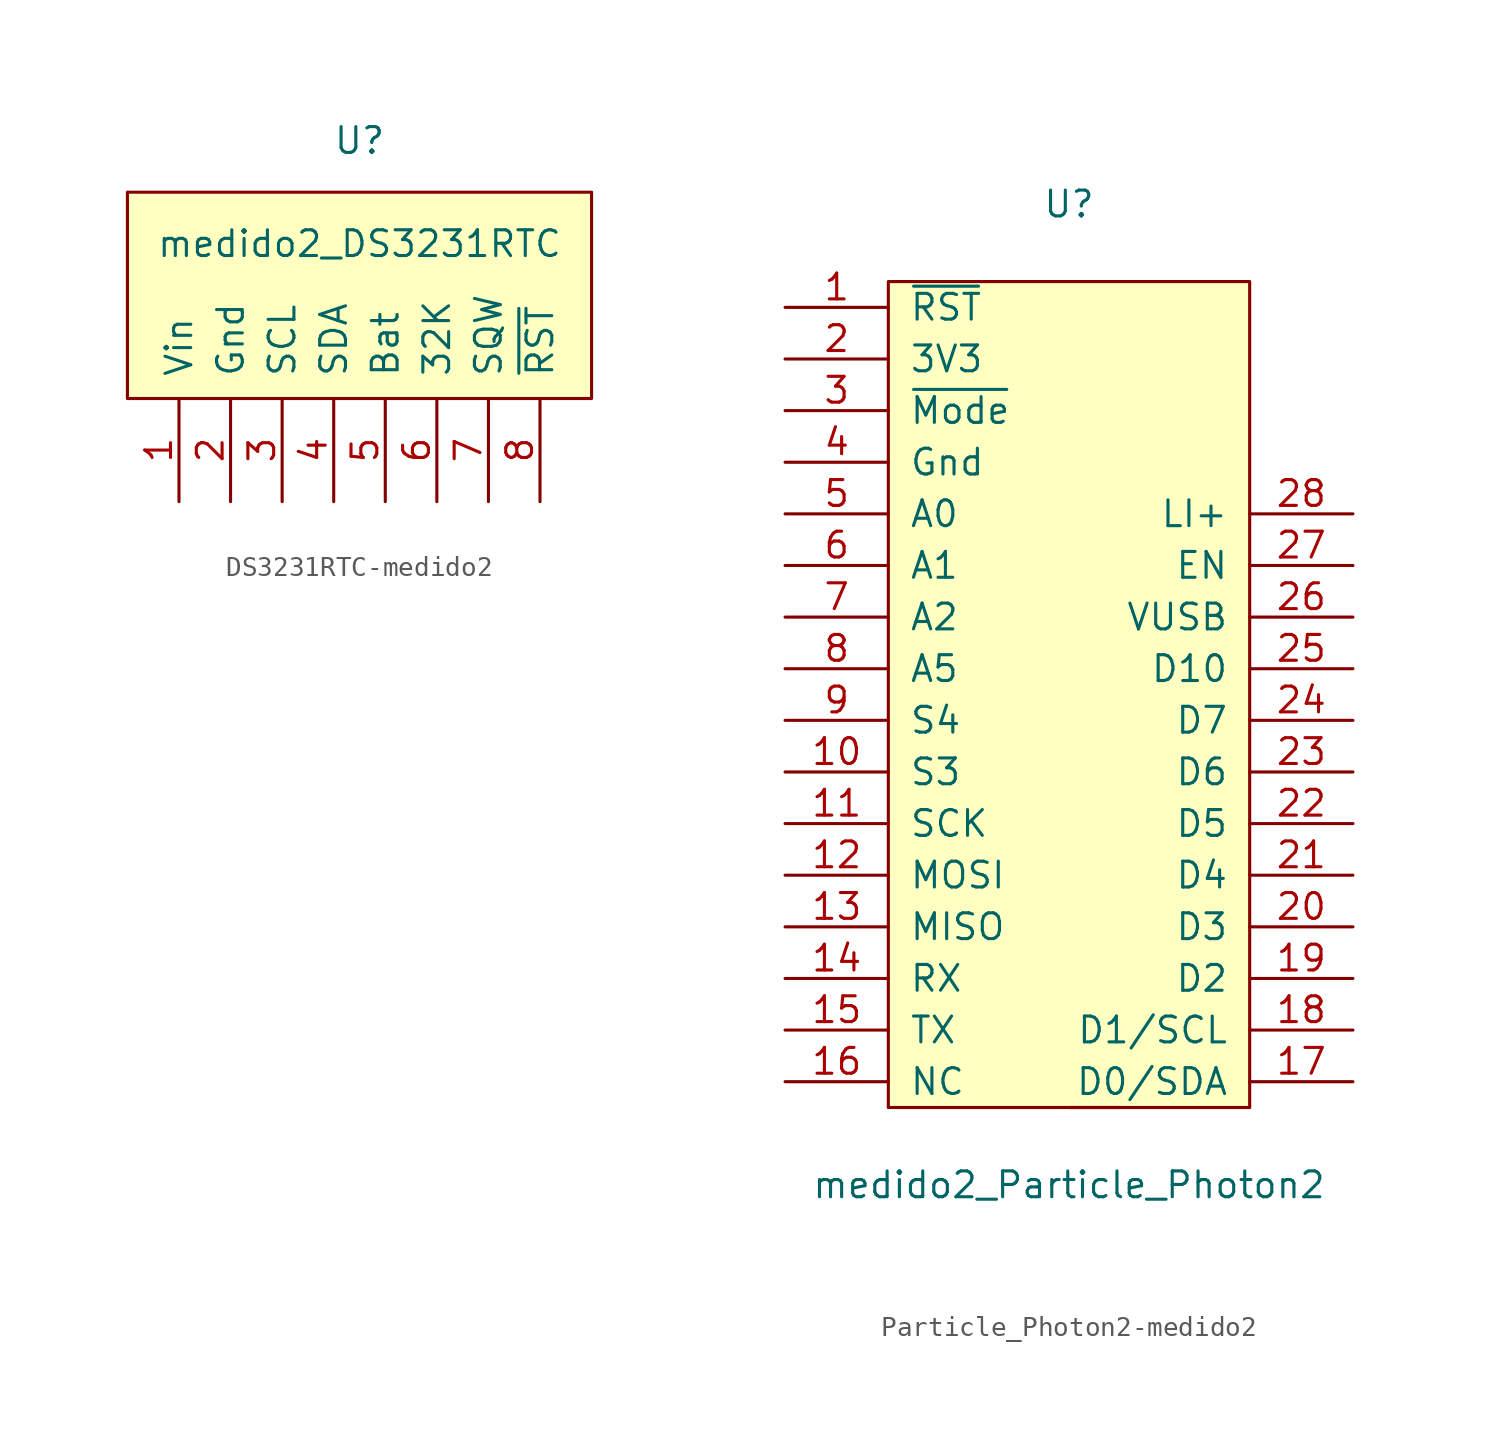
<source format=kicad_sym>
(kicad_symbol_lib
  (version 20220914)
  (generator kicad_symbol_editor)
  (symbol "DS3231RTC-medido2"
    (pin_names
      (offset 1.016))
    (property "Reference" "U"
      (at 0 5.08 0)
      (effects (font (size 1.27 1.27))))
    (property "Value" "medido2_DS3231RTC"
      (at 0 0 0)
      (effects (font (size 1.27 1.27))))
    (symbol "DS3231RTC-medido2_0_1"
      (rectangle (start -11.43 -7.62) (end 11.43 2.54) (stroke (width 0) (type solid)) (fill (type background))))
    (symbol "DS3231RTC-medido2_1_1"
      (pin power_in line (at -8.89 -12.7 90) (length 5.08) (name "Vin" (effects (font (size 1.27 1.27)))) (number "1" (effects (font (size 1.27 1.27)))))
      (pin power_in line (at -6.35 -12.7 90) (length 5.08) (name "Gnd" (effects (font (size 1.27 1.27)))) (number "2" (effects (font (size 1.27 1.27)))))
      (pin input line (at -3.81 -12.7 90) (length 5.08) (name "SCL" (effects (font (size 1.27 1.27)))) (number "3" (effects (font (size 1.27 1.27)))))
      (pin bidirectional line (at -1.27 -12.7 90) (length 5.08) (name "SDA" (effects (font (size 1.27 1.27)))) (number "4" (effects (font (size 1.27 1.27)))))
      (pin power_out line (at 1.27 -12.7 90) (length 5.08) (name "Bat" (effects (font (size 1.27 1.27)))) (number "5" (effects (font (size 1.27 1.27)))))
      (pin output line (at 3.81 -12.7 90) (length 5.08) (name "32K" (effects (font (size 1.27 1.27)))) (number "6" (effects (font (size 1.27 1.27)))))
      (pin output line (at 6.35 -12.7 90) (length 5.08) (name "SQW" (effects (font (size 1.27 1.27)))) (number "7" (effects (font (size 1.27 1.27)))))
      (pin input line (at 8.89 -12.7 90) (length 5.08) (name "~{RST}" (effects (font (size 1.27 1.27)))) (number "8" (effects (font (size 1.27 1.27)))))))
  (symbol "Particle_Photon2-medido2"
    (pin_names
      (offset 1.016))
    (property "Reference" "U"
      (at 0 25.4 0)
      (effects (font (size 1.27 1.27))))
    (property "Value" "medido2_Particle_Photon2"
      (at 0 -22.86 0)
      (effects (font (size 1.27 1.27))))
    (symbol "Particle_Photon2-medido2_1_1"
      (rectangle (start -8.89 21.59) (end 8.89 -19.05) (stroke (width 0) (type solid)) (fill (type background)))
      (rectangle (start 2.54 -19.05) (end 0 -19.05) (stroke (width 0) (type solid)) (fill (type background)))
      (pin input line (at -13.97 20.32 0) (length 5.08) (name "~{RST}" (effects (font (size 1.27 1.27)))) (number "1" (effects (font (size 1.27 1.27)))))
      (pin unspecified line (at -13.97 -2.54 0) (length 5.08) (name "S3" (effects (font (size 1.27 1.27)))) (number "10" (effects (font (size 1.27 1.27)))))
      (pin output line (at -13.97 -5.08 0) (length 5.08) (name "SCK" (effects (font (size 1.27 1.27)))) (number "11" (effects (font (size 1.27 1.27)))))
      (pin output line (at -13.97 -7.62 0) (length 5.08) (name "MOSI" (effects (font (size 1.27 1.27)))) (number "12" (effects (font (size 1.27 1.27)))))
      (pin input line (at -13.97 -10.16 0) (length 5.08) (name "MISO" (effects (font (size 1.27 1.27)))) (number "13" (effects (font (size 1.27 1.27)))))
      (pin input line (at -13.97 -12.7 0) (length 5.08) (name "RX" (effects (font (size 1.27 1.27)))) (number "14" (effects (font (size 1.27 1.27)))))
      (pin output line (at -13.97 -15.24 0) (length 5.08) (name "TX" (effects (font (size 1.27 1.27)))) (number "15" (effects (font (size 1.27 1.27)))))
      (pin unspecified line (at -13.97 -17.78 0) (length 5.08) (name "NC" (effects (font (size 1.27 1.27)))) (number "16" (effects (font (size 1.27 1.27)))))
      (pin bidirectional line (at 13.97 -17.78 180) (length 5.08) (name "D0/SDA" (effects (font (size 1.27 1.27)))) (number "17" (effects (font (size 1.27 1.27)))))
      (pin output line (at 13.97 -15.24 180) (length 5.08) (name "D1/SCL" (effects (font (size 1.27 1.27)))) (number "18" (effects (font (size 1.27 1.27)))))
      (pin unspecified line (at 13.97 -12.7 180) (length 5.08) (name "D2" (effects (font (size 1.27 1.27)))) (number "19" (effects (font (size 1.27 1.27)))))
      (pin power_out line (at -13.97 17.78 0) (length 5.08) (name "3V3" (effects (font (size 1.27 1.27)))) (number "2" (effects (font (size 1.27 1.27)))))
      (pin unspecified line (at 13.97 -10.16 180) (length 5.08) (name "D3" (effects (font (size 1.27 1.27)))) (number "20" (effects (font (size 1.27 1.27)))))
      (pin unspecified line (at 13.97 -7.62 180) (length 5.08) (name "D4" (effects (font (size 1.27 1.27)))) (number "21" (effects (font (size 1.27 1.27)))))
      (pin unspecified line (at 13.97 -5.08 180) (length 5.08) (name "D5" (effects (font (size 1.27 1.27)))) (number "22" (effects (font (size 1.27 1.27)))))
      (pin unspecified line (at 13.97 -2.54 180) (length 5.08) (name "D6" (effects (font (size 1.27 1.27)))) (number "23" (effects (font (size 1.27 1.27)))))
      (pin unspecified line (at 13.97 0 180) (length 5.08) (name "D7" (effects (font (size 1.27 1.27)))) (number "24" (effects (font (size 1.27 1.27)))))
      (pin unspecified line (at 13.97 2.54 180) (length 5.08) (name "D10" (effects (font (size 1.27 1.27)))) (number "25" (effects (font (size 1.27 1.27)))))
      (pin power_in line (at 13.97 5.08 180) (length 5.08) (name "VUSB" (effects (font (size 1.27 1.27)))) (number "26" (effects (font (size 1.27 1.27)))))
      (pin unspecified line (at 13.97 7.62 180) (length 5.08) (name "EN" (effects (font (size 1.27 1.27)))) (number "27" (effects (font (size 1.27 1.27)))))
      (pin unspecified line (at 13.97 10.16 180) (length 5.08) (name "LI+" (effects (font (size 1.27 1.27)))) (number "28" (effects (font (size 1.27 1.27)))))
      (pin input line (at -13.97 15.24 0) (length 5.08) (name "~{Mode}" (effects (font (size 1.27 1.27)))) (number "3" (effects (font (size 1.27 1.27)))))
      (pin power_out line (at -13.97 12.7 0) (length 5.08) (name "Gnd" (effects (font (size 1.27 1.27)))) (number "4" (effects (font (size 1.27 1.27)))))
      (pin unspecified line (at -13.97 10.16 0) (length 5.08) (name "A0" (effects (font (size 1.27 1.27)))) (number "5" (effects (font (size 1.27 1.27)))))
      (pin unspecified line (at -13.97 7.62 0) (length 5.08) (name "A1" (effects (font (size 1.27 1.27)))) (number "6" (effects (font (size 1.27 1.27)))))
      (pin unspecified line (at -13.97 5.08 0) (length 5.08) (name "A2" (effects (font (size 1.27 1.27)))) (number "7" (effects (font (size 1.27 1.27)))))
      (pin unspecified line (at -13.97 2.54 0) (length 5.08) (name "A5" (effects (font (size 1.27 1.27)))) (number "8" (effects (font (size 1.27 1.27)))))
      (pin unspecified line (at -13.97 0 0) (length 5.08) (name "S4" (effects (font (size 1.27 1.27)))) (number "9" (effects (font (size 1.27 1.27))))))))
</source>
